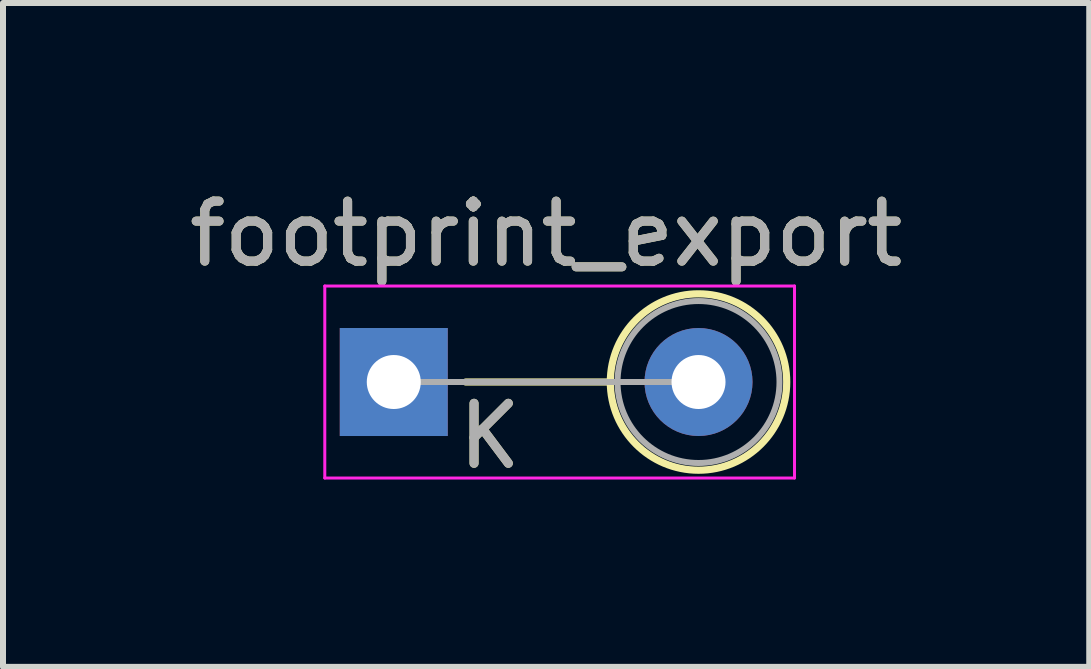
<source format=kicad_pcb>
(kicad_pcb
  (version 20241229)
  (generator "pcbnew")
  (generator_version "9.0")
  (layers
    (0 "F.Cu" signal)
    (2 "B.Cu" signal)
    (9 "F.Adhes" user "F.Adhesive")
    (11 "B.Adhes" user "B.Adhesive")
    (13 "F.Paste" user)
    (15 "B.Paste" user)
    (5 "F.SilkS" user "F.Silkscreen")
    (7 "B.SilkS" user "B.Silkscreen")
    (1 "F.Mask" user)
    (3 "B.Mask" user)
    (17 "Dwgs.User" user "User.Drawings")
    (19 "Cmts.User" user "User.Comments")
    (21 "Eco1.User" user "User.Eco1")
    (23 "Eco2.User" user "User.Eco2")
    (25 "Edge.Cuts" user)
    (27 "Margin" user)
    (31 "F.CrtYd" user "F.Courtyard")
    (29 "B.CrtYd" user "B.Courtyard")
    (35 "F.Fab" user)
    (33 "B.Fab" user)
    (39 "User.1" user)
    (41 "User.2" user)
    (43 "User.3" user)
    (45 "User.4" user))
  (footprint "footprint_export"
    (layer "F.Cu")
    (at 3.514 3.318)
    (property "Reference" "footprint_export" (at 2.54 -2.47 0) (layer "F.SilkS") (effects (font (size 1 1) (thickness 0.15))))
    (attr through_hole)
    (fp_line (start 3.61 0) (end 1.2 0) (stroke (width 0.12) (type solid)) (layer "F.SilkS"))
    (fp_circle (center 5.08 0) (end 6.55 0) (stroke (width 0.12) (type solid)) (fill no) (layer "F.SilkS"))
    (fp_line (start -1.15 -1.6) (end -1.15 1.6) (stroke (width 0.05) (type solid)) (layer "F.CrtYd"))
    (fp_line (start -1.15 1.6) (end 6.68 1.6) (stroke (width 0.05) (type solid)) (layer "F.CrtYd"))
    (fp_line (start 6.68 -1.6) (end -1.15 -1.6) (stroke (width 0.05) (type solid)) (layer "F.CrtYd"))
    (fp_line (start 6.68 1.6) (end 6.68 -1.6) (stroke (width 0.05) (type solid)) (layer "F.CrtYd"))
    (fp_line (start 0 0) (end 5.08 0) (stroke (width 0.1) (type solid)) (layer "F.Fab"))
    (fp_circle (center 5.08 0) (end 6.43 0) (stroke (width 0.1) (type solid)) (fill no) (layer "F.Fab"))
    (fp_text user "K" (at 1.6 0.9 0) (layer "F.SilkS") (effects (font (size 1 1) (thickness 0.15))))
    (fp_text user "K" (at 1.6 0.9 0) (layer "F.Fab") (effects (font (size 1 1) (thickness 0.15))))
    (fp_text user "${REFERENCE}" (at 2.54 -2.47 0) (layer "F.Fab") (effects (font (size 1 1) (thickness 0.15))))
    (pad "1" thru_hole rect (at 0 0) (size 1.8 1.8) (drill 0.9) (layers "*.Cu" "*.Mask"))
    (pad "2" thru_hole oval (at 5.08 0) (size 1.8 1.8) (drill 0.9) (layers "*.Cu" "*.Mask")))
  (gr_rect
    (start -3 -3)
    (end 15.107 8.066)
    (stroke (width 0.1) (type default))
    (fill no)
    (layer "Edge.Cuts")))
</source>
